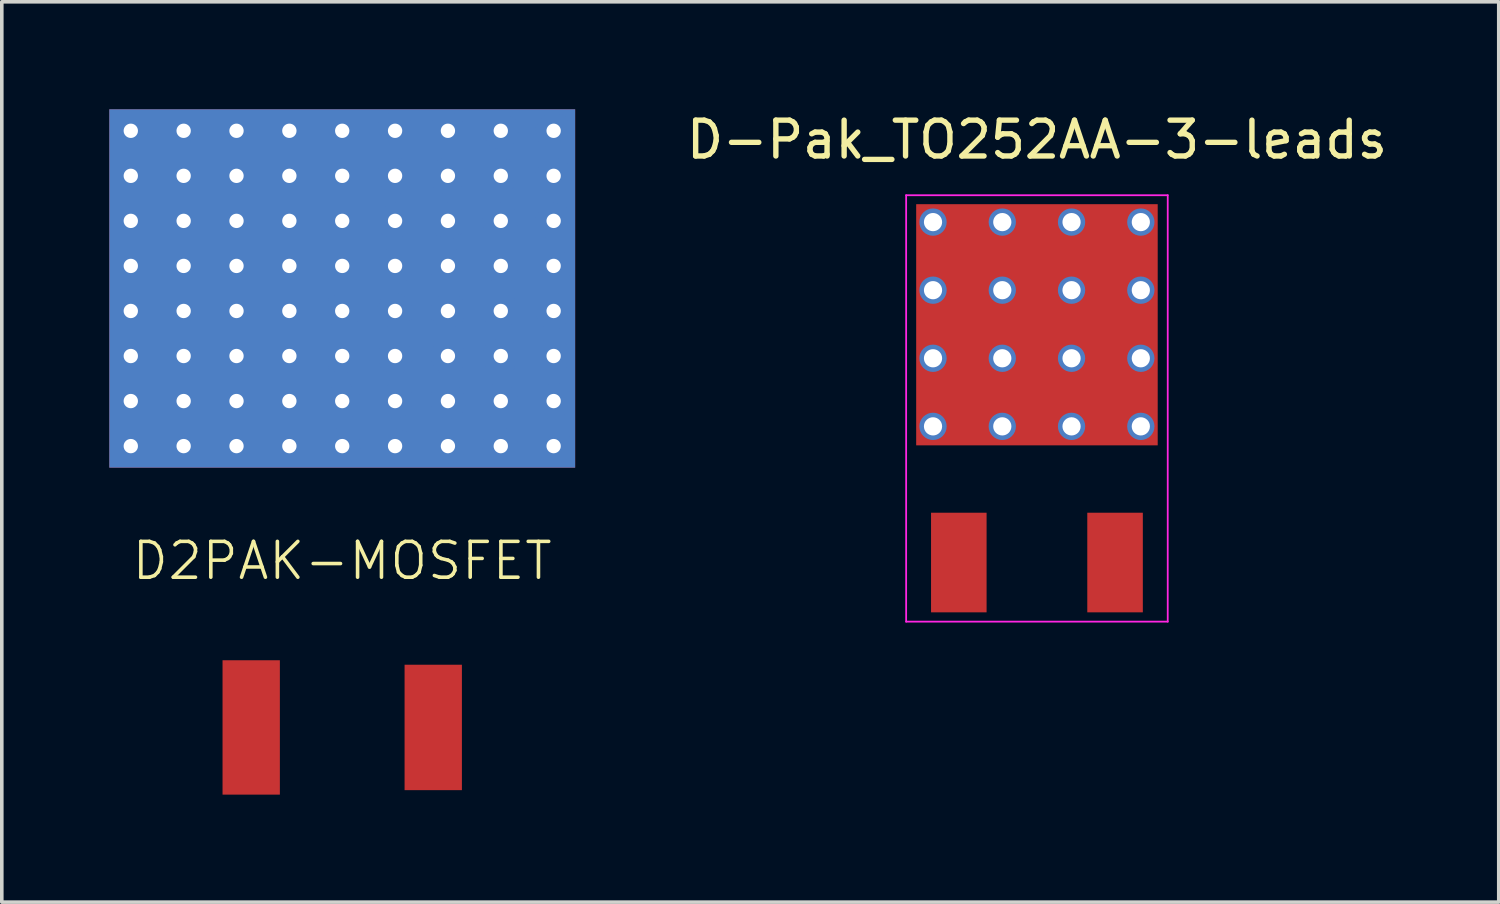
<source format=kicad_pcb>
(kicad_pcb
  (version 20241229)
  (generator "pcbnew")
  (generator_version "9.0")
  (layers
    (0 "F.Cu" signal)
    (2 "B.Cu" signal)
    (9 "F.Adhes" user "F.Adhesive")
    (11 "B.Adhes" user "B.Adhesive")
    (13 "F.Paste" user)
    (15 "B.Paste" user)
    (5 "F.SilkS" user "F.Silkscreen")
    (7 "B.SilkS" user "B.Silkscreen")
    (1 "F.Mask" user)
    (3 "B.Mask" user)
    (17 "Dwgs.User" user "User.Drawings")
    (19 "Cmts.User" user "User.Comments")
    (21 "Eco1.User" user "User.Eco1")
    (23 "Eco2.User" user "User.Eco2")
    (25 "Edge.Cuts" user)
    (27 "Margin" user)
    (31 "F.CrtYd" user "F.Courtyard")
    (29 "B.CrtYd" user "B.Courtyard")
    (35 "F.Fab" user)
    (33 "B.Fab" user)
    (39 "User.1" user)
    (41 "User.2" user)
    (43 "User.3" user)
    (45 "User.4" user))
  (footprint "D-Pak_TO252AA-3-leads"
    (layer "F.Cu")
    (at 25.887 8.348)
    (property "Reference" "D-Pak_TO252AA-3-leads" (at 0 -7.5 0) (layer "F.SilkS") (effects (font (size 1 1) (thickness 0.15))))
    (attr smd)
    (fp_line (start -3.65 -5.95) (end 3.65 -5.95) (stroke (width 0.05) (type solid)) (layer "F.CrtYd"))
    (fp_line (start -3.65 5.95) (end -3.65 -5.95) (stroke (width 0.05) (type solid)) (layer "F.CrtYd"))
    (fp_line (start 3.65 -5.95) (end 3.65 5.95) (stroke (width 0.05) (type solid)) (layer "F.CrtYd"))
    (fp_line (start 3.65 5.95) (end -3.65 5.95) (stroke (width 0.05) (type solid)) (layer "F.CrtYd"))
    (pad "" smd rect (at -1.4 -3.8) (size 2 2) (layers "F.Paste"))
    (pad "" smd rect (at -1.4 -1) (size 2 2) (layers "F.Paste"))
    (pad "" smd rect (at 1.4 -3.8) (size 2 2) (layers "F.Paste"))
    (pad "" smd rect (at 1.4 -1) (size 2 2) (layers "F.Paste"))
    (pad "1" smd rect (at -2.18 4.3) (size 1.55 2.78) (layers "F.Cu" "F.Mask" "F.Paste"))
    (pad "2" thru_hole circle (at -2.9 -5.2) (size 0.762 0.762) (drill 0.508) (layers "*.Cu" "*.Mask"))
    (pad "2" thru_hole circle (at -2.9 -3.3) (size 0.762 0.762) (drill 0.508) (layers "*.Cu" "*.Mask"))
    (pad "2" thru_hole circle (at -2.9 -1.4) (size 0.762 0.762) (drill 0.508) (layers "*.Cu" "*.Mask"))
    (pad "2" thru_hole circle (at -2.9 0.5) (size 0.762 0.762) (drill 0.508) (layers "*.Cu" "*.Mask"))
    (pad "2" thru_hole circle (at -0.967 -5.2) (size 0.762 0.762) (drill 0.508) (layers "*.Cu" "*.Mask"))
    (pad "2" thru_hole circle (at -0.967 -3.3) (size 0.762 0.762) (drill 0.508) (layers "*.Cu" "*.Mask"))
    (pad "2" thru_hole circle (at -0.967 -1.4) (size 0.762 0.762) (drill 0.508) (layers "*.Cu" "*.Mask"))
    (pad "2" thru_hole circle (at -0.967 0.5) (size 0.762 0.762) (drill 0.508) (layers "*.Cu" "*.Mask"))
    (pad "2" smd rect (at 0 -2.335) (size 6.74 6.73) (layers "F.Cu" "F.Mask"))
    (pad "2" thru_hole circle (at 0.966 -5.2) (size 0.762 0.762) (drill 0.508) (layers "*.Cu" "*.Mask"))
    (pad "2" thru_hole circle (at 0.966 -3.3) (size 0.762 0.762) (drill 0.508) (layers "*.Cu" "*.Mask"))
    (pad "2" thru_hole circle (at 0.966 -1.4) (size 0.762 0.762) (drill 0.508) (layers "*.Cu" "*.Mask"))
    (pad "2" thru_hole circle (at 0.966 0.5) (size 0.762 0.762) (drill 0.508) (layers "*.Cu" "*.Mask"))
    (pad "2" thru_hole circle (at 2.899 -5.2) (size 0.762 0.762) (drill 0.508) (layers "*.Cu" "*.Mask"))
    (pad "2" thru_hole circle (at 2.899 -3.3) (size 0.762 0.762) (drill 0.508) (layers "*.Cu" "*.Mask"))
    (pad "2" thru_hole circle (at 2.899 -1.4) (size 0.762 0.762) (drill 0.508) (layers "*.Cu" "*.Mask"))
    (pad "2" thru_hole circle (at 2.899 0.5) (size 0.762 0.762) (drill 0.508) (layers "*.Cu" "*.Mask"))
    (pad "3" smd rect (at 2.18 4.3) (size 1.55 2.78) (layers "F.Cu" "F.Mask" "F.Paste")))
  (footprint "D2PAK-MOSFET"
    (layer "F.Cu")
    (at 6.5 6.5)
    (property "Reference" "D2PAK-MOSFET" (at 0 6.1 0) (layer "F.SilkS") (effects (font (size 1 1) (thickness 0.1))))
    (attr through_hole)
    (pad "1" smd rect (at -2.54 10.75) (size 1.6 3.75) (layers "F.Cu" "F.Mask" "F.Paste"))
    (pad "2" thru_hole circle (at -5.9 -5.9) (size 1 1) (drill 0.4) (layers "*.Cu" "*.Mask"))
    (pad "2" thru_hole circle (at -5.9 -4.643) (size 1 1) (drill 0.4) (layers "*.Cu" "*.Mask"))
    (pad "2" thru_hole circle (at -5.9 -3.386) (size 1 1) (drill 0.4) (layers "*.Cu" "*.Mask"))
    (pad "2" thru_hole circle (at -5.9 -2.129) (size 1 1) (drill 0.4) (layers "*.Cu" "*.Mask"))
    (pad "2" thru_hole circle (at -5.9 -0.872) (size 1 1) (drill 0.4) (layers "*.Cu" "*.Mask"))
    (pad "2" thru_hole circle (at -5.9 0.385) (size 1 1) (drill 0.4) (layers "*.Cu" "*.Mask"))
    (pad "2" thru_hole circle (at -5.9 1.642) (size 1 1) (drill 0.4) (layers "*.Cu" "*.Mask"))
    (pad "2" thru_hole circle (at -5.9 2.899) (size 1 1) (drill 0.4) (layers "*.Cu" "*.Mask"))
    (pad "2" thru_hole circle (at -4.425 -5.9) (size 1 1) (drill 0.4) (layers "*.Cu" "*.Mask"))
    (pad "2" thru_hole circle (at -4.425 -4.643) (size 1 1) (drill 0.4) (layers "*.Cu" "*.Mask"))
    (pad "2" thru_hole circle (at -4.425 -3.386) (size 1 1) (drill 0.4) (layers "*.Cu" "*.Mask"))
    (pad "2" thru_hole circle (at -4.425 -2.129) (size 1 1) (drill 0.4) (layers "*.Cu" "*.Mask"))
    (pad "2" thru_hole circle (at -4.425 -0.872) (size 1 1) (drill 0.4) (layers "*.Cu" "*.Mask"))
    (pad "2" thru_hole circle (at -4.425 0.385) (size 1 1) (drill 0.4) (layers "*.Cu" "*.Mask"))
    (pad "2" thru_hole circle (at -4.425 1.642) (size 1 1) (drill 0.4) (layers "*.Cu" "*.Mask"))
    (pad "2" thru_hole circle (at -4.425 2.899) (size 1 1) (drill 0.4) (layers "*.Cu" "*.Mask"))
    (pad "2" thru_hole circle (at -2.95 -5.9) (size 1 1) (drill 0.4) (layers "*.Cu" "*.Mask"))
    (pad "2" thru_hole circle (at -2.95 -4.643) (size 1 1) (drill 0.4) (layers "*.Cu" "*.Mask"))
    (pad "2" thru_hole circle (at -2.95 -3.386) (size 1 1) (drill 0.4) (layers "*.Cu" "*.Mask"))
    (pad "2" thru_hole circle (at -2.95 -2.129) (size 1 1) (drill 0.4) (layers "*.Cu" "*.Mask"))
    (pad "2" thru_hole circle (at -2.95 -0.872) (size 1 1) (drill 0.4) (layers "*.Cu" "*.Mask"))
    (pad "2" thru_hole circle (at -2.95 0.385) (size 1 1) (drill 0.4) (layers "*.Cu" "*.Mask"))
    (pad "2" thru_hole circle (at -2.95 1.642) (size 1 1) (drill 0.4) (layers "*.Cu" "*.Mask"))
    (pad "2" thru_hole circle (at -2.95 2.899) (size 1 1) (drill 0.4) (layers "*.Cu" "*.Mask"))
    (pad "2" thru_hole circle (at -1.475 -5.9) (size 1 1) (drill 0.4) (layers "*.Cu" "*.Mask"))
    (pad "2" thru_hole circle (at -1.475 -4.643) (size 1 1) (drill 0.4) (layers "*.Cu" "*.Mask"))
    (pad "2" thru_hole circle (at -1.475 -3.386) (size 1 1) (drill 0.4) (layers "*.Cu" "*.Mask"))
    (pad "2" thru_hole circle (at -1.475 -2.129) (size 1 1) (drill 0.4) (layers "*.Cu" "*.Mask"))
    (pad "2" thru_hole circle (at -1.475 -0.872) (size 1 1) (drill 0.4) (layers "*.Cu" "*.Mask"))
    (pad "2" thru_hole circle (at -1.475 0.385) (size 1 1) (drill 0.4) (layers "*.Cu" "*.Mask"))
    (pad "2" thru_hole circle (at -1.475 1.642) (size 1 1) (drill 0.4) (layers "*.Cu" "*.Mask"))
    (pad "2" thru_hole circle (at -1.475 2.899) (size 1 1) (drill 0.4) (layers "*.Cu" "*.Mask"))
    (pad "2" thru_hole circle (at 0 -5.9) (size 1 1) (drill 0.4) (layers "*.Cu" "*.Mask"))
    (pad "2" thru_hole circle (at 0 -4.643) (size 1 1) (drill 0.4) (layers "*.Cu" "*.Mask"))
    (pad "2" thru_hole circle (at 0 -3.386) (size 1 1) (drill 0.4) (layers "*.Cu" "*.Mask"))
    (pad "2" thru_hole circle (at 0 -2.129) (size 1 1) (drill 0.4) (layers "*.Cu" "*.Mask"))
    (pad "2" smd rect (at 0 -1.5) (size 13 10) (layers "F.Cu" "F.Mask"))
    (pad "2" smd rect (at 0 -1.5) (size 13 10) (layers "B.Cu" "B.Mask"))
    (pad "2" thru_hole circle (at 0 -0.872) (size 1 1) (drill 0.4) (layers "*.Cu" "*.Mask"))
    (pad "2" thru_hole circle (at 0 0.385) (size 1 1) (drill 0.4) (layers "*.Cu" "*.Mask"))
    (pad "2" thru_hole circle (at 0 1.642) (size 1 1) (drill 0.4) (layers "*.Cu" "*.Mask"))
    (pad "2" thru_hole circle (at 0 2.899) (size 1 1) (drill 0.4) (layers "*.Cu" "*.Mask"))
    (pad "2" thru_hole circle (at 1.475 -5.9) (size 1 1) (drill 0.4) (layers "*.Cu" "*.Mask"))
    (pad "2" thru_hole circle (at 1.475 -4.643) (size 1 1) (drill 0.4) (layers "*.Cu" "*.Mask"))
    (pad "2" thru_hole circle (at 1.475 -3.386) (size 1 1) (drill 0.4) (layers "*.Cu" "*.Mask"))
    (pad "2" thru_hole circle (at 1.475 -2.129) (size 1 1) (drill 0.4) (layers "*.Cu" "*.Mask"))
    (pad "2" thru_hole circle (at 1.475 -0.872) (size 1 1) (drill 0.4) (layers "*.Cu" "*.Mask"))
    (pad "2" thru_hole circle (at 1.475 0.385) (size 1 1) (drill 0.4) (layers "*.Cu" "*.Mask"))
    (pad "2" thru_hole circle (at 1.475 1.642) (size 1 1) (drill 0.4) (layers "*.Cu" "*.Mask"))
    (pad "2" thru_hole circle (at 1.475 2.899) (size 1 1) (drill 0.4) (layers "*.Cu" "*.Mask"))
    (pad "2" thru_hole circle (at 2.95 -5.9) (size 1 1) (drill 0.4) (layers "*.Cu" "*.Mask"))
    (pad "2" thru_hole circle (at 2.95 -4.643) (size 1 1) (drill 0.4) (layers "*.Cu" "*.Mask"))
    (pad "2" thru_hole circle (at 2.95 -3.386) (size 1 1) (drill 0.4) (layers "*.Cu" "*.Mask"))
    (pad "2" thru_hole circle (at 2.95 -2.129) (size 1 1) (drill 0.4) (layers "*.Cu" "*.Mask"))
    (pad "2" thru_hole circle (at 2.95 -0.872) (size 1 1) (drill 0.4) (layers "*.Cu" "*.Mask"))
    (pad "2" thru_hole circle (at 2.95 0.385) (size 1 1) (drill 0.4) (layers "*.Cu" "*.Mask"))
    (pad "2" thru_hole circle (at 2.95 1.642) (size 1 1) (drill 0.4) (layers "*.Cu" "*.Mask"))
    (pad "2" thru_hole circle (at 2.95 2.899) (size 1 1) (drill 0.4) (layers "*.Cu" "*.Mask"))
    (pad "2" thru_hole circle (at 4.425 -5.9) (size 1 1) (drill 0.4) (layers "*.Cu" "*.Mask"))
    (pad "2" thru_hole circle (at 4.425 -4.643) (size 1 1) (drill 0.4) (layers "*.Cu" "*.Mask"))
    (pad "2" thru_hole circle (at 4.425 -3.386) (size 1 1) (drill 0.4) (layers "*.Cu" "*.Mask"))
    (pad "2" thru_hole circle (at 4.425 -2.129) (size 1 1) (drill 0.4) (layers "*.Cu" "*.Mask"))
    (pad "2" thru_hole circle (at 4.425 -0.872) (size 1 1) (drill 0.4) (layers "*.Cu" "*.Mask"))
    (pad "2" thru_hole circle (at 4.425 0.385) (size 1 1) (drill 0.4) (layers "*.Cu" "*.Mask"))
    (pad "2" thru_hole circle (at 4.425 1.642) (size 1 1) (drill 0.4) (layers "*.Cu" "*.Mask"))
    (pad "2" thru_hole circle (at 4.425 2.899) (size 1 1) (drill 0.4) (layers "*.Cu" "*.Mask"))
    (pad "2" thru_hole circle (at 5.9 -5.9) (size 1 1) (drill 0.4) (layers "*.Cu" "*.Mask"))
    (pad "2" thru_hole circle (at 5.9 -4.643) (size 1 1) (drill 0.4) (layers "*.Cu" "*.Mask"))
    (pad "2" thru_hole circle (at 5.9 -3.386) (size 1 1) (drill 0.4) (layers "*.Cu" "*.Mask"))
    (pad "2" thru_hole circle (at 5.9 -2.129) (size 1 1) (drill 0.4) (layers "*.Cu" "*.Mask"))
    (pad "2" thru_hole circle (at 5.9 -0.872) (size 1 1) (drill 0.4) (layers "*.Cu" "*.Mask"))
    (pad "2" thru_hole circle (at 5.9 0.385) (size 1 1) (drill 0.4) (layers "*.Cu" "*.Mask"))
    (pad "2" thru_hole circle (at 5.9 1.642) (size 1 1) (drill 0.4) (layers "*.Cu" "*.Mask"))
    (pad "2" thru_hole circle (at 5.9 2.899) (size 1 1) (drill 0.4) (layers "*.Cu" "*.Mask"))
    (pad "3" smd rect (at 2.54 10.75) (size 1.6 3.5) (layers "F.Cu" "F.Mask" "F.Paste")))
  (gr_rect
    (start -3 -3)
    (end 38.774 22.125)
    (stroke (width 0.1) (type default))
    (fill no)
    (layer "Edge.Cuts")))
</source>
